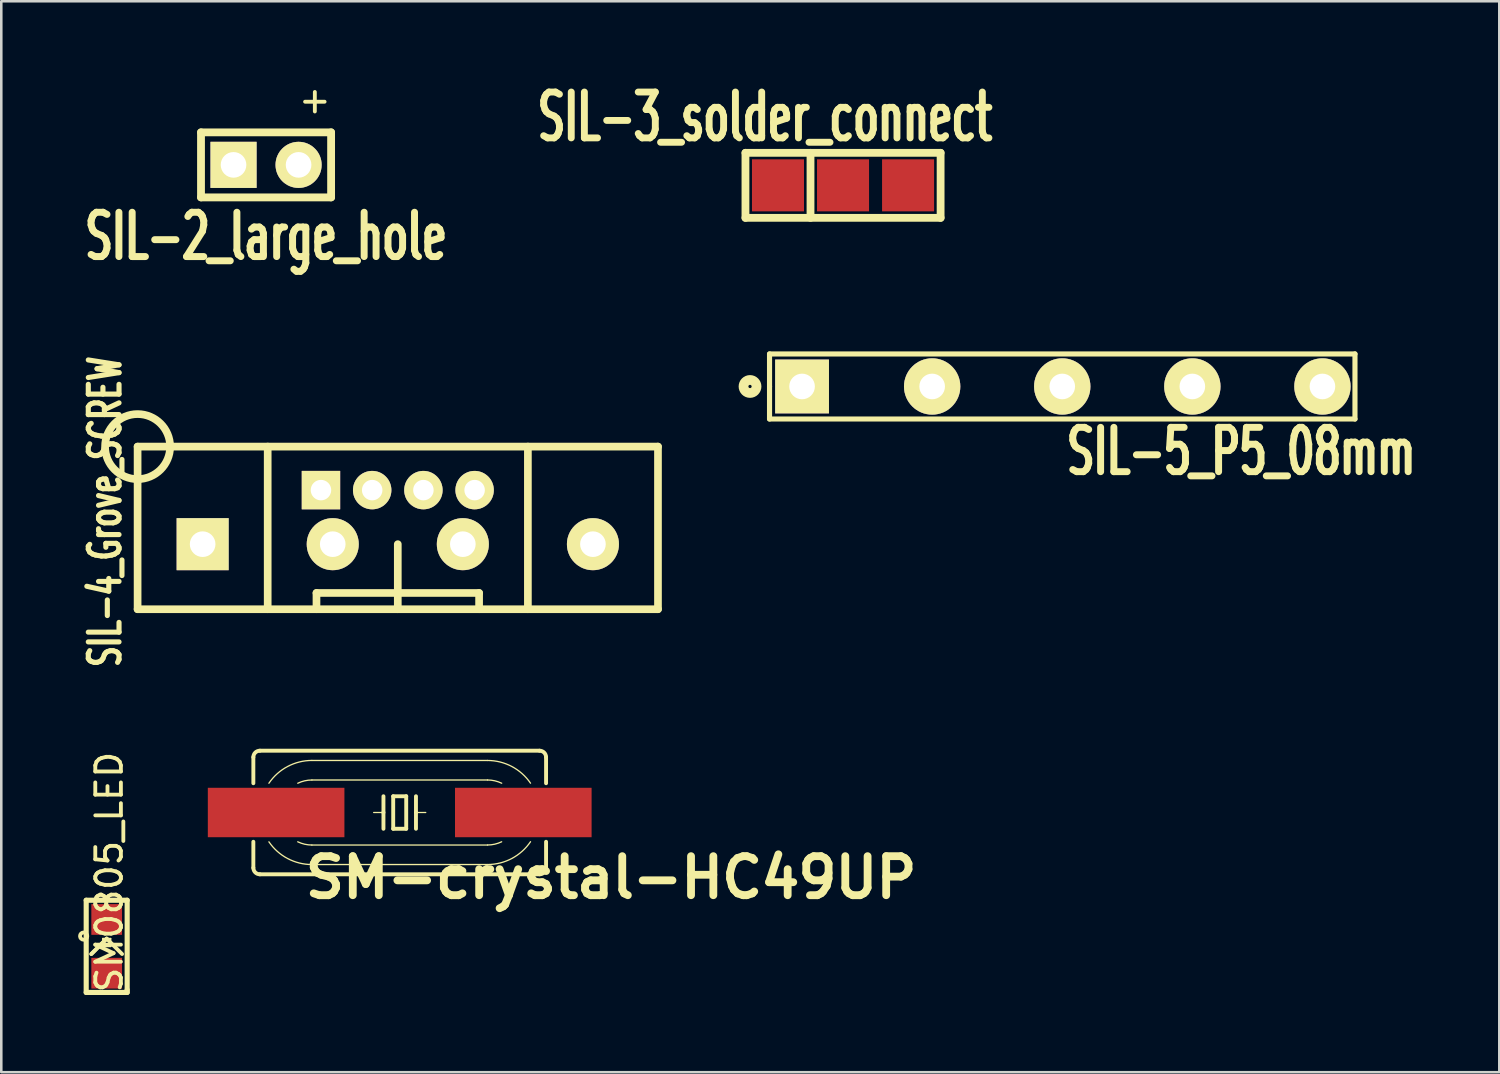
<source format=kicad_pcb>
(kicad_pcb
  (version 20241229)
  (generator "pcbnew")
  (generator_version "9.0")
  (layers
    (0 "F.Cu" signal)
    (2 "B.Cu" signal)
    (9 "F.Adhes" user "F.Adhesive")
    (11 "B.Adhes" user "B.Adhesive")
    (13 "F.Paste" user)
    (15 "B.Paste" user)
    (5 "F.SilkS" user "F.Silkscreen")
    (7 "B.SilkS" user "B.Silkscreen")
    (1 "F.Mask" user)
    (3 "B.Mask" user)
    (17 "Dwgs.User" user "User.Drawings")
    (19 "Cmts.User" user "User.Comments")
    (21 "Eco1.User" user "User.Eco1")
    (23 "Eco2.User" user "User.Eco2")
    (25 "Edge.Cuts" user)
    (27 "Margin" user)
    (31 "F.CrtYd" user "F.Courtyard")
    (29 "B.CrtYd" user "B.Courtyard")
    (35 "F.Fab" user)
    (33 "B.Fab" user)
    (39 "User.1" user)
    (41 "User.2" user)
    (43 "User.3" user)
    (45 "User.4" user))
  (footprint "SIL-3_solder_connect"
    (layer "F.Cu")
    (at 29.869 4.187)
    (property "Reference" "SIL-3_solder_connect" (at -3.048 -2.667 0) (layer "F.SilkS") (effects (font (size 1.791 1.077) (thickness 0.269))))
    (attr through_hole)
    (fp_line (start -3.81 -1.27) (end 3.81 -1.27) (stroke (width 0.305) (type solid)) (layer "F.SilkS"))
    (fp_line (start -3.81 1.27) (end -3.81 -1.27) (stroke (width 0.305) (type solid)) (layer "F.SilkS"))
    (fp_line (start -1.27 -1.27) (end -1.27 1.27) (stroke (width 0.305) (type solid)) (layer "F.SilkS"))
    (fp_line (start 3.81 -1.27) (end 3.81 1.27) (stroke (width 0.305) (type solid)) (layer "F.SilkS"))
    (fp_line (start 3.81 1.27) (end -3.81 1.27) (stroke (width 0.305) (type solid)) (layer "F.SilkS"))
    (pad "1" smd rect (at -2.54 0) (size 2.032 2.032) (layers "F.Cu" "F.Mask" "F.Paste"))
    (pad "2" smd rect (at 0 0) (size 2.032 2.032) (layers "F.Cu" "F.Mask" "F.Paste"))
    (pad "3" smd rect (at 2.54 0) (size 2.032 2.032) (layers "F.Cu" "F.Mask" "F.Paste")))
  (footprint "SIL-5_P5_08mm"
    (layer "F.Cu")
    (at 35.889 12.041)
    (property "Reference" "SIL-5_P5_08mm" (at 9.525 2.54 0) (layer "F.SilkS") (effects (font (size 1.73 1.087) (thickness 0.272))))
    (attr through_hole)
    (fp_line (start -8.89 -1.27) (end 13.97 -1.27) (stroke (width 0.2) (type solid)) (layer "F.SilkS"))
    (fp_line (start -8.89 0) (end -8.89 -1.27) (stroke (width 0.2) (type solid)) (layer "F.SilkS"))
    (fp_line (start -8.89 1.27) (end -8.89 0) (stroke (width 0.2) (type solid)) (layer "F.SilkS"))
    (fp_line (start 13.97 -1.27) (end 13.97 1.27) (stroke (width 0.2) (type solid)) (layer "F.SilkS"))
    (fp_line (start 13.97 1.27) (end -8.89 1.27) (stroke (width 0.2) (type solid)) (layer "F.SilkS"))
    (fp_circle (center -9.652 0) (end -9.398 0) (stroke (width 0.381) (type solid)) (fill no) (layer "F.SilkS"))
    (pad "1" thru_hole rect (at -7.62 0) (size 2.101 2.101) (drill 1.001) (layers "*.Cu" "*.Mask" "F.SilkS"))
    (pad "2" thru_hole circle (at -2.54 0) (size 2.2 2.2) (drill 1.001) (layers "*.Cu" "*.Mask" "F.SilkS"))
    (pad "3" thru_hole circle (at 2.54 0) (size 2.2 2.2) (drill 1.001) (layers "*.Cu" "*.Mask" "F.SilkS"))
    (pad "4" thru_hole circle (at 7.62 0) (size 2.2 2.2) (drill 1.001) (layers "*.Cu" "*.Mask" "F.SilkS"))
    (pad "5" thru_hole circle (at 12.7 0) (size 2.2 2.2) (drill 1.001) (layers "*.Cu" "*.Mask" "F.SilkS")))
  (footprint "SIL-2_large_hole"
    (layer "F.Cu")
    (at 7.339 3.388)
    (property "Reference" "SIL-2_large_hole" (at 0 2.794 0) (layer "F.SilkS") (effects (font (size 1.73 1.087) (thickness 0.272))))
    (attr through_hole)
    (fp_line (start -2.54 -1.27) (end 2.54 -1.27) (stroke (width 0.305) (type solid)) (layer "F.SilkS"))
    (fp_line (start -2.54 1.27) (end -2.54 -1.27) (stroke (width 0.305) (type solid)) (layer "F.SilkS"))
    (fp_line (start 2.54 -1.27) (end 2.54 1.27) (stroke (width 0.305) (type solid)) (layer "F.SilkS"))
    (fp_line (start 2.54 1.27) (end -2.54 1.27) (stroke (width 0.305) (type solid)) (layer "F.SilkS"))
    (fp_text user "+" (at 1.905 -2.54 0) (layer "F.SilkS") (effects (font (size 1 1) (thickness 0.15))))
    (pad "1" thru_hole rect (at -1.27 0) (size 1.801 1.801) (drill 1.001) (layers "*.Cu" "*.Mask" "F.SilkS"))
    (pad "2" thru_hole circle (at 1.27 0) (size 1.801 1.801) (drill 1.001) (layers "*.Cu" "*.Mask" "F.SilkS")))
  (footprint "SIL-4_Grove_SCREW"
    (layer "F.Cu")
    (at 12.483 18.199)
    (property "Reference" "SIL-4_Grove_SCREW" (at -11.43 -1.27 90) (layer "F.SilkS") (effects (font (size 1.2 0.8) (thickness 0.2))))
    (attr through_hole)
    (fp_line (start -10.16 -3.81) (end 10.16 -3.81) (stroke (width 0.3) (type solid)) (layer "F.SilkS"))
    (fp_line (start -10.16 2.54) (end -10.16 -3.81) (stroke (width 0.3) (type solid)) (layer "F.SilkS"))
    (fp_line (start -5.08 -3.81) (end -5.08 2.54) (stroke (width 0.3) (type solid)) (layer "F.SilkS"))
    (fp_line (start -3.175 1.905) (end 3.175 1.905) (stroke (width 0.3) (type solid)) (layer "F.SilkS"))
    (fp_line (start -3.175 2.54) (end -3.175 1.905) (stroke (width 0.3) (type solid)) (layer "F.SilkS"))
    (fp_line (start 0 0) (end 0 2.54) (stroke (width 0.3) (type solid)) (layer "F.SilkS"))
    (fp_line (start 3.175 1.905) (end 3.175 2.54) (stroke (width 0.3) (type solid)) (layer "F.SilkS"))
    (fp_line (start 5.08 -3.81) (end 5.08 2.54) (stroke (width 0.3) (type solid)) (layer "F.SilkS"))
    (fp_line (start 10.16 -3.81) (end 10.16 2.54) (stroke (width 0.3) (type solid)) (layer "F.SilkS"))
    (fp_line (start 10.16 2.54) (end -10.16 2.54) (stroke (width 0.3) (type solid)) (layer "F.SilkS"))
    (fp_circle (center -10.16 -3.81) (end -8.89 -3.81) (stroke (width 0.3) (type solid)) (fill no) (layer "F.SilkS"))
    (pad "1" thru_hole rect (at -7.62 0) (size 2.032 2.032) (drill 1.001) (layers "*.Cu" "*.Mask" "F.SilkS"))
    (pad "1" thru_hole rect (at -3 -2.111) (size 1.5 1.5) (drill 0.8) (layers "*.Cu" "*.Mask" "F.SilkS"))
    (pad "2" thru_hole circle (at -2.54 0) (size 2.032 2.032) (drill 1.001) (layers "*.Cu" "*.Mask" "F.SilkS"))
    (pad "2" thru_hole circle (at -1 -2.111) (size 1.5 1.5) (drill 0.8) (layers "*.Cu" "*.Mask" "F.SilkS"))
    (pad "3" thru_hole circle (at 1 -2.111) (size 1.5 1.5) (drill 0.8) (layers "*.Cu" "*.Mask" "F.SilkS"))
    (pad "3" thru_hole circle (at 2.54 0) (size 2.032 2.032) (drill 1.001) (layers "*.Cu" "*.Mask" "F.SilkS"))
    (pad "4" thru_hole circle (at 3 -2.111) (size 1.5 1.5) (drill 0.8) (layers "*.Cu" "*.Mask" "F.SilkS"))
    (pad "4" thru_hole circle (at 7.62 0) (size 2.032 2.032) (drill 1.001) (layers "*.Cu" "*.Mask" "F.SilkS")))
  (footprint "SM-crystal-HC49UP"
    (layer "F.Cu")
    (at 12.558 28.677)
    (property "Reference" "SM-crystal-HC49UP" (at 8.255 2.54 0) (layer "F.SilkS") (effects (font (size 1.524 1.524) (thickness 0.305))))
    (attr smd)
    (fp_line (start -5.715 -1.143) (end -5.715 -2.159) (stroke (width 0.152) (type solid)) (layer "F.SilkS"))
    (fp_line (start -5.715 2.159) (end -5.715 1.143) (stroke (width 0.152) (type solid)) (layer "F.SilkS"))
    (fp_line (start -3.429 -2.032) (end 3.429 -2.032) (stroke (width 0.051) (type solid)) (layer "F.SilkS"))
    (fp_line (start -3.429 -1.27) (end 3.429 -1.27) (stroke (width 0.051) (type solid)) (layer "F.SilkS"))
    (fp_line (start -0.635 -0.635) (end -0.635 0) (stroke (width 0.152) (type solid)) (layer "F.SilkS"))
    (fp_line (start -0.635 0) (end -1.016 0) (stroke (width 0.051) (type solid)) (layer "F.SilkS"))
    (fp_line (start -0.635 0) (end -0.635 0.635) (stroke (width 0.152) (type solid)) (layer "F.SilkS"))
    (fp_line (start -0.254 -0.635) (end -0.254 0.635) (stroke (width 0.152) (type solid)) (layer "F.SilkS"))
    (fp_line (start -0.254 0.635) (end 0.254 0.635) (stroke (width 0.152) (type solid)) (layer "F.SilkS"))
    (fp_line (start 0.254 -0.635) (end -0.254 -0.635) (stroke (width 0.152) (type solid)) (layer "F.SilkS"))
    (fp_line (start 0.254 0.635) (end 0.254 -0.635) (stroke (width 0.152) (type solid)) (layer "F.SilkS"))
    (fp_line (start 0.635 -0.635) (end 0.635 0) (stroke (width 0.152) (type solid)) (layer "F.SilkS"))
    (fp_line (start 0.635 0) (end 0.635 0.635) (stroke (width 0.152) (type solid)) (layer "F.SilkS"))
    (fp_line (start 0.635 0) (end 1.016 0) (stroke (width 0.051) (type solid)) (layer "F.SilkS"))
    (fp_line (start 3.429 1.27) (end -3.429 1.27) (stroke (width 0.051) (type solid)) (layer "F.SilkS"))
    (fp_line (start 3.429 2.032) (end -3.429 2.032) (stroke (width 0.051) (type solid)) (layer "F.SilkS"))
    (fp_line (start 5.461 -2.413) (end -5.461 -2.413) (stroke (width 0.152) (type solid)) (layer "F.SilkS"))
    (fp_line (start 5.461 2.413) (end -5.461 2.413) (stroke (width 0.152) (type solid)) (layer "F.SilkS"))
    (fp_line (start 5.715 -1.143) (end 5.715 -2.159) (stroke (width 0.152) (type solid)) (layer "F.SilkS"))
    (fp_line (start 5.715 2.159) (end 5.715 1.143) (stroke (width 0.152) (type solid)) (layer "F.SilkS"))
    (fp_arc (start -5.715 -2.159) (mid -5.640605 -2.338605) (end -5.461 -2.413) (stroke (width 0.1524) (type solid)) (layer "F.SilkS"))
    (fp_arc (start -5.461 2.413) (mid -5.640605 2.338605) (end -5.715 2.159) (stroke (width 0.1524) (type solid)) (layer "F.SilkS"))
    (fp_arc (start -5.10794 -1.143) (mid -4.379218 -1.796128) (end -3.429787 -2.033178) (stroke (width 0.0508) (type solid)) (layer "F.SilkS"))
    (fp_arc (start -3.98018 -1.143) (mid -3.711094 -1.237203) (end -3.427769 -1.268955) (stroke (width 0.0508) (type solid)) (layer "F.SilkS"))
    (fp_arc (start -3.429 1.27) (mid -3.712527 1.237947) (end -3.981743 1.143405) (stroke (width 0.0508) (type solid)) (layer "F.SilkS"))
    (fp_arc (start -3.429 2.032) (mid -4.378266 1.796641) (end -5.107632 1.145085) (stroke (width 0.0508) (type solid)) (layer "F.SilkS"))
    (fp_arc (start 3.429 -2.032) (mid 4.378266 -1.796641) (end 5.107632 -1.145085) (stroke (width 0.0508) (type solid)) (layer "F.SilkS"))
    (fp_arc (start 3.429 -1.27) (mid 3.712527 -1.237947) (end 3.981743 -1.143405) (stroke (width 0.0508) (type solid)) (layer "F.SilkS"))
    (fp_arc (start 3.98018 1.143) (mid 3.711094 1.237203) (end 3.427769 1.268955) (stroke (width 0.0508) (type solid)) (layer "F.SilkS"))
    (fp_arc (start 5.10794 1.14046) (mid 4.380405 1.793882) (end 3.431886 2.031747) (stroke (width 0.0508) (type solid)) (layer "F.SilkS"))
    (fp_arc (start 5.461 -2.413) (mid 5.640605 -2.338605) (end 5.715 -2.159) (stroke (width 0.1524) (type solid)) (layer "F.SilkS"))
    (fp_arc (start 5.715 2.159) (mid 5.640605 2.338605) (end 5.461 2.413) (stroke (width 0.1524) (type solid)) (layer "F.SilkS"))
    (pad "1" smd rect (at -4.826 0) (size 5.334 1.93) (layers "F.Cu" "F.Mask" "F.Paste"))
    (pad "2" smd rect (at 4.826 0) (size 5.334 1.93) (layers "F.Cu" "F.Mask" "F.Paste")))
  (footprint "SM0805_LED"
    (layer "F.Cu")
    (at 1.116 33.903)
    (property "Reference" "SM0805_LED" (at 0.1 -2.9 90) (layer "F.SilkS") (effects (font (size 1 1) (thickness 0.15))))
    (attr smd)
    (fp_line (start -0.8 -1.8) (end 0.8 -1.8) (stroke (width 0.2) (type solid)) (layer "F.SilkS"))
    (fp_line (start -0.8 1.8) (end -0.8 -1.8) (stroke (width 0.2) (type solid)) (layer "F.SilkS"))
    (fp_line (start -0.6 0.3) (end 0 -0.3) (stroke (width 0.15) (type solid)) (layer "F.SilkS"))
    (fp_line (start -0.15 -0.3) (end 0.15 -0.3) (stroke (width 0.066) (type solid)) (layer "F.SilkS"))
    (fp_line (start -0.15 0) (end -0.15 -0.3) (stroke (width 0.066) (type solid)) (layer "F.SilkS"))
    (fp_line (start -0.15 0) (end 0.15 0) (stroke (width 0.066) (type solid)) (layer "F.SilkS"))
    (fp_line (start 0 -0.3) (end -0.6 0.3) (stroke (width 0.15) (type solid)) (layer "F.SilkS"))
    (fp_line (start 0 -0.3) (end 0.6 0.3) (stroke (width 0.15) (type solid)) (layer "F.SilkS"))
    (fp_line (start 0.15 0) (end 0.15 -0.3) (stroke (width 0.066) (type solid)) (layer "F.SilkS"))
    (fp_line (start 0.8 -1.8) (end 0.8 1.7) (stroke (width 0.2) (type solid)) (layer "F.SilkS"))
    (fp_line (start 0.8 1.7) (end 0.8 1.8) (stroke (width 0.2) (type solid)) (layer "F.SilkS"))
    (fp_line (start 0.8 1.8) (end -0.8 1.8) (stroke (width 0.2) (type solid)) (layer "F.SilkS"))
    (fp_circle (center -0.9 -0.4) (end -0.8 -0.5) (stroke (width 0.15) (type solid)) (fill no) (layer "F.SilkS"))
    (pad "1" smd rect (at 0 1.049) (size 1.199 1.199) (layers "F.Cu" "F.Mask" "F.Paste"))
    (pad "2" smd rect (at 0 -1.049) (size 1.199 1.199) (layers "F.Cu" "F.Mask" "F.Paste")))
  (gr_rect
    (start -3 -3)
    (end 55.495 38.818)
    (stroke (width 0.1) (type default))
    (fill no)
    (layer "Edge.Cuts")))
</source>
